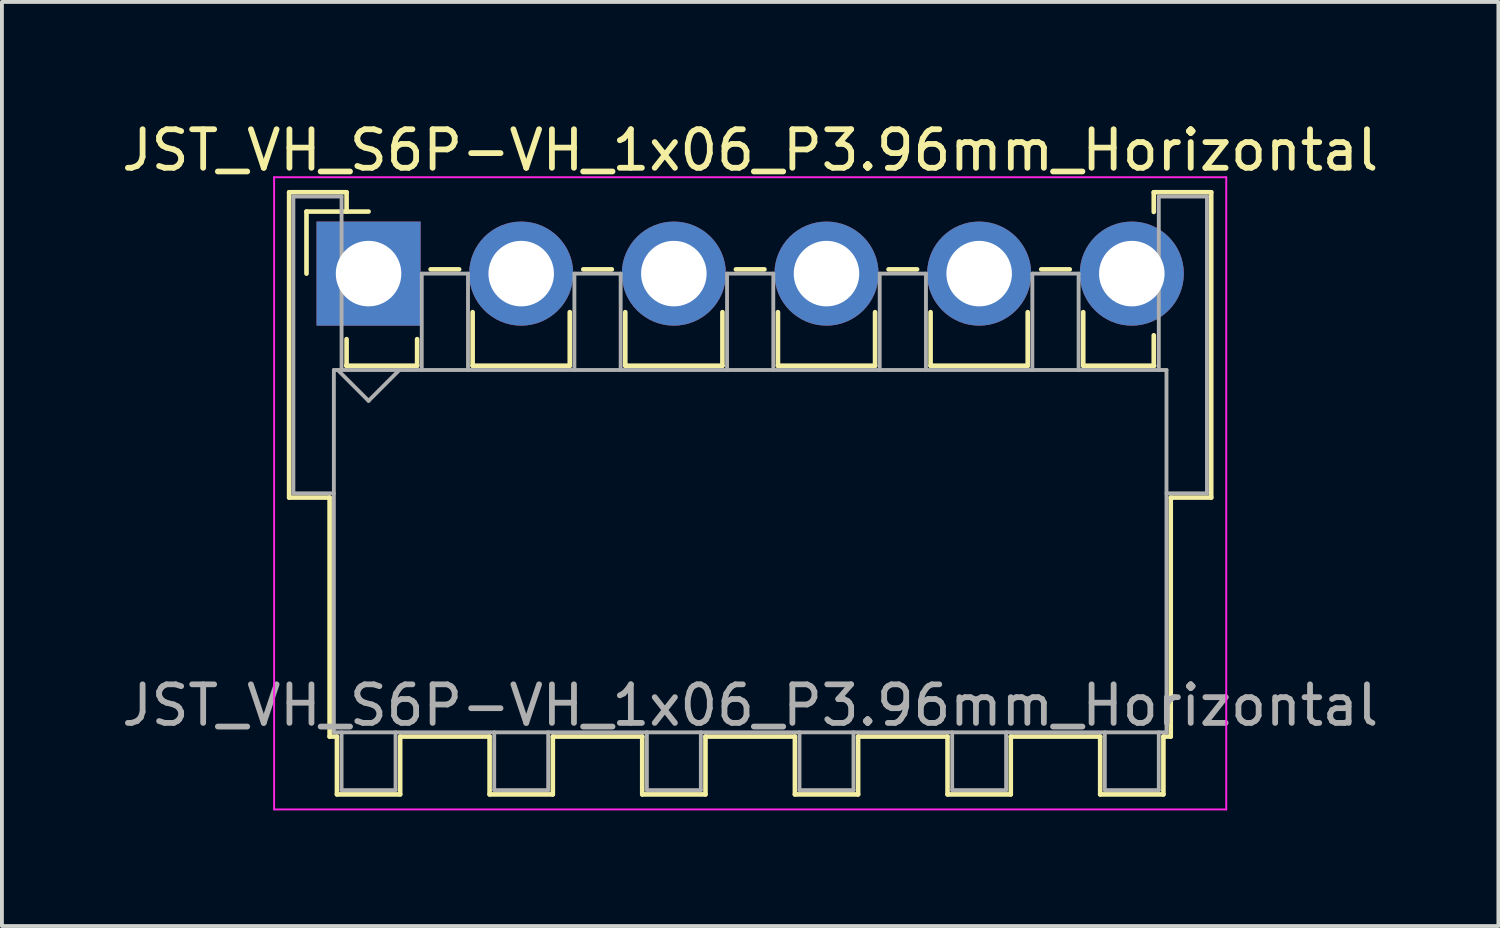
<source format=kicad_pcb>
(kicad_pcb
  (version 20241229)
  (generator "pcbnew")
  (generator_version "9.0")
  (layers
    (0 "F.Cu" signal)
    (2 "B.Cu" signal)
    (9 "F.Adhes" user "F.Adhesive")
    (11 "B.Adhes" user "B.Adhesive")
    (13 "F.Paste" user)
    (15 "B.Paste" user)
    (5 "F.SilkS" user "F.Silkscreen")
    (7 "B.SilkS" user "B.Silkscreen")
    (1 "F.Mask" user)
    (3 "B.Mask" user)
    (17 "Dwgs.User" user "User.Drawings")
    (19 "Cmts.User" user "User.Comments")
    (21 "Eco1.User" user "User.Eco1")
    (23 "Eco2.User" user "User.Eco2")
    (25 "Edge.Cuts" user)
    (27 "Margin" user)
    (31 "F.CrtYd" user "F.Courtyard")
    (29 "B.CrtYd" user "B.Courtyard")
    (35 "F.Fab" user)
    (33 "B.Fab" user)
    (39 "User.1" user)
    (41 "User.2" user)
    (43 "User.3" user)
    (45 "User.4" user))
  (footprint "JST_VH_S6P-VH_1x06_P3.96mm_Horizontal"
    (layer "F.Cu")
    (at 6.511 4.048)
    (property "Reference" "JST_VH_S6P-VH_1x06_P3.96mm_Horizontal" (at 9.9 -3.2 0) (layer "F.SilkS") (effects (font (size 1 1) (thickness 0.15))))
    (attr through_hole)
    (fp_line (start -2.06 -2.11) (end -0.57 -2.11) (stroke (width 0.12) (type solid)) (layer "F.SilkS"))
    (fp_line (start -2.06 5.81) (end -2.06 -2.11) (stroke (width 0.12) (type solid)) (layer "F.SilkS"))
    (fp_line (start -1.61 -1.61) (end -1.61 0) (stroke (width 0.12) (type solid)) (layer "F.SilkS"))
    (fp_line (start -1.01 5.81) (end -2.06 5.81) (stroke (width 0.12) (type solid)) (layer "F.SilkS"))
    (fp_line (start -1.01 5.81) (end -1.01 12.01) (stroke (width 0.12) (type solid)) (layer "F.SilkS"))
    (fp_line (start -1.01 12.01) (end -0.82 12.01) (stroke (width 0.12) (type solid)) (layer "F.SilkS"))
    (fp_line (start -0.82 12.01) (end -0.82 13.51) (stroke (width 0.12) (type solid)) (layer "F.SilkS"))
    (fp_line (start -0.82 13.51) (end 0.82 13.51) (stroke (width 0.12) (type solid)) (layer "F.SilkS"))
    (fp_line (start -0.58 2.39) (end 1.26 2.39) (stroke (width 0.12) (type solid)) (layer "F.SilkS"))
    (fp_line (start -0.57 -2.11) (end -0.57 -1.61) (stroke (width 0.12) (type solid)) (layer "F.SilkS"))
    (fp_line (start -0.57 1.7) (end -0.57 2.39) (stroke (width 0.12) (type solid)) (layer "F.SilkS"))
    (fp_line (start 0 -1.61) (end -1.61 -1.61) (stroke (width 0.12) (type solid)) (layer "F.SilkS"))
    (fp_line (start 0.82 12.01) (end 3.14 12.01) (stroke (width 0.12) (type solid)) (layer "F.SilkS"))
    (fp_line (start 0.82 13.51) (end 0.82 12.01) (stroke (width 0.12) (type solid)) (layer "F.SilkS"))
    (fp_line (start 1.26 2.39) (end 1.26 1.7) (stroke (width 0.12) (type solid)) (layer "F.SilkS"))
    (fp_line (start 1.61 -0.11) (end 2.35 -0.11) (stroke (width 0.12) (type solid)) (layer "F.SilkS"))
    (fp_line (start 2.7 1) (end 2.7 2.39) (stroke (width 0.12) (type solid)) (layer "F.SilkS"))
    (fp_line (start 2.7 2.39) (end 5.22 2.39) (stroke (width 0.12) (type solid)) (layer "F.SilkS"))
    (fp_line (start 3.14 12.01) (end 3.14 13.51) (stroke (width 0.12) (type solid)) (layer "F.SilkS"))
    (fp_line (start 3.14 13.51) (end 4.78 13.51) (stroke (width 0.12) (type solid)) (layer "F.SilkS"))
    (fp_line (start 4.78 12.01) (end 7.1 12.01) (stroke (width 0.12) (type solid)) (layer "F.SilkS"))
    (fp_line (start 4.78 13.51) (end 4.78 12.01) (stroke (width 0.12) (type solid)) (layer "F.SilkS"))
    (fp_line (start 5.22 2.39) (end 5.22 1) (stroke (width 0.12) (type solid)) (layer "F.SilkS"))
    (fp_line (start 5.57 -0.11) (end 6.31 -0.11) (stroke (width 0.12) (type solid)) (layer "F.SilkS"))
    (fp_line (start 6.66 1) (end 6.66 2.39) (stroke (width 0.12) (type solid)) (layer "F.SilkS"))
    (fp_line (start 6.66 2.39) (end 9.18 2.39) (stroke (width 0.12) (type solid)) (layer "F.SilkS"))
    (fp_line (start 7.1 12.01) (end 7.1 13.51) (stroke (width 0.12) (type solid)) (layer "F.SilkS"))
    (fp_line (start 7.1 13.51) (end 8.74 13.51) (stroke (width 0.12) (type solid)) (layer "F.SilkS"))
    (fp_line (start 8.74 12.01) (end 11.06 12.01) (stroke (width 0.12) (type solid)) (layer "F.SilkS"))
    (fp_line (start 8.74 13.51) (end 8.74 12.01) (stroke (width 0.12) (type solid)) (layer "F.SilkS"))
    (fp_line (start 9.18 2.39) (end 9.18 1) (stroke (width 0.12) (type solid)) (layer "F.SilkS"))
    (fp_line (start 9.53 -0.11) (end 10.27 -0.11) (stroke (width 0.12) (type solid)) (layer "F.SilkS"))
    (fp_line (start 10.62 1) (end 10.62 2.39) (stroke (width 0.12) (type solid)) (layer "F.SilkS"))
    (fp_line (start 10.62 2.39) (end 13.14 2.39) (stroke (width 0.12) (type solid)) (layer "F.SilkS"))
    (fp_line (start 11.06 12.01) (end 11.06 13.51) (stroke (width 0.12) (type solid)) (layer "F.SilkS"))
    (fp_line (start 11.06 13.51) (end 12.7 13.51) (stroke (width 0.12) (type solid)) (layer "F.SilkS"))
    (fp_line (start 12.7 12.01) (end 15.02 12.01) (stroke (width 0.12) (type solid)) (layer "F.SilkS"))
    (fp_line (start 12.7 13.51) (end 12.7 12.01) (stroke (width 0.12) (type solid)) (layer "F.SilkS"))
    (fp_line (start 13.14 2.39) (end 13.14 1) (stroke (width 0.12) (type solid)) (layer "F.SilkS"))
    (fp_line (start 13.49 -0.11) (end 14.23 -0.11) (stroke (width 0.12) (type solid)) (layer "F.SilkS"))
    (fp_line (start 14.58 1) (end 14.58 2.39) (stroke (width 0.12) (type solid)) (layer "F.SilkS"))
    (fp_line (start 14.58 2.39) (end 17.1 2.39) (stroke (width 0.12) (type solid)) (layer "F.SilkS"))
    (fp_line (start 15.02 12.01) (end 15.02 13.51) (stroke (width 0.12) (type solid)) (layer "F.SilkS"))
    (fp_line (start 15.02 13.51) (end 16.66 13.51) (stroke (width 0.12) (type solid)) (layer "F.SilkS"))
    (fp_line (start 16.66 12.01) (end 18.98 12.01) (stroke (width 0.12) (type solid)) (layer "F.SilkS"))
    (fp_line (start 16.66 13.51) (end 16.66 12.01) (stroke (width 0.12) (type solid)) (layer "F.SilkS"))
    (fp_line (start 17.1 2.39) (end 17.1 1) (stroke (width 0.12) (type solid)) (layer "F.SilkS"))
    (fp_line (start 17.45 -0.11) (end 18.19 -0.11) (stroke (width 0.12) (type solid)) (layer "F.SilkS"))
    (fp_line (start 18.54 1) (end 18.54 2.39) (stroke (width 0.12) (type solid)) (layer "F.SilkS"))
    (fp_line (start 18.54 2.39) (end 20.38 2.39) (stroke (width 0.12) (type solid)) (layer "F.SilkS"))
    (fp_line (start 18.98 12.01) (end 18.98 13.51) (stroke (width 0.12) (type solid)) (layer "F.SilkS"))
    (fp_line (start 18.98 13.51) (end 20.62 13.51) (stroke (width 0.12) (type solid)) (layer "F.SilkS"))
    (fp_line (start 20.37 -2.11) (end 21.86 -2.11) (stroke (width 0.12) (type solid)) (layer "F.SilkS"))
    (fp_line (start 20.37 -1.6) (end 20.37 -2.11) (stroke (width 0.12) (type solid)) (layer "F.SilkS"))
    (fp_line (start 20.37 2.39) (end 20.37 1.6) (stroke (width 0.12) (type solid)) (layer "F.SilkS"))
    (fp_line (start 20.62 12.01) (end 20.81 12.01) (stroke (width 0.12) (type solid)) (layer "F.SilkS"))
    (fp_line (start 20.62 13.51) (end 20.62 12.01) (stroke (width 0.12) (type solid)) (layer "F.SilkS"))
    (fp_line (start 20.81 12.01) (end 20.81 5.81) (stroke (width 0.12) (type solid)) (layer "F.SilkS"))
    (fp_line (start 21.86 -2.11) (end 21.86 5.81) (stroke (width 0.12) (type solid)) (layer "F.SilkS"))
    (fp_line (start 21.86 5.81) (end 20.81 5.81) (stroke (width 0.12) (type solid)) (layer "F.SilkS"))
    (fp_line (start -2.45 -2.5) (end -2.45 13.9) (stroke (width 0.05) (type solid)) (layer "F.CrtYd"))
    (fp_line (start -2.45 13.9) (end 22.25 13.9) (stroke (width 0.05) (type solid)) (layer "F.CrtYd"))
    (fp_line (start 22.25 -2.5) (end -2.45 -2.5) (stroke (width 0.05) (type solid)) (layer "F.CrtYd"))
    (fp_line (start 22.25 13.9) (end 22.25 -2.5) (stroke (width 0.05) (type solid)) (layer "F.CrtYd"))
    (fp_line (start -1.95 -2) (end -0.7 -2) (stroke (width 0.1) (type solid)) (layer "F.Fab"))
    (fp_line (start -1.95 5.7) (end -1.95 -2) (stroke (width 0.1) (type solid)) (layer "F.Fab"))
    (fp_line (start -0.9 2.5) (end -0.9 11.9) (stroke (width 0.1) (type solid)) (layer "F.Fab"))
    (fp_line (start -0.9 5.7) (end -1.95 5.7) (stroke (width 0.1) (type solid)) (layer "F.Fab"))
    (fp_line (start -0.9 11.9) (end 20.7 11.9) (stroke (width 0.1) (type solid)) (layer "F.Fab"))
    (fp_line (start -0.8 2.5) (end 0 3.3) (stroke (width 0.1) (type solid)) (layer "F.Fab"))
    (fp_line (start -0.7 -2) (end -0.7 2.5) (stroke (width 0.1) (type solid)) (layer "F.Fab"))
    (fp_line (start -0.7 11.9) (end -0.7 13.4) (stroke (width 0.1) (type solid)) (layer "F.Fab"))
    (fp_line (start -0.7 13.4) (end 0.7 13.4) (stroke (width 0.1) (type solid)) (layer "F.Fab"))
    (fp_line (start 0 3.3) (end 0.8 2.5) (stroke (width 0.1) (type solid)) (layer "F.Fab"))
    (fp_line (start 0.7 13.4) (end 0.7 11.9) (stroke (width 0.1) (type solid)) (layer "F.Fab"))
    (fp_line (start 1.38 0) (end 2.58 0) (stroke (width 0.1) (type solid)) (layer "F.Fab"))
    (fp_line (start 1.38 2.5) (end 1.38 0) (stroke (width 0.1) (type solid)) (layer "F.Fab"))
    (fp_line (start 2.58 0) (end 2.58 2.5) (stroke (width 0.1) (type solid)) (layer "F.Fab"))
    (fp_line (start 3.26 11.9) (end 3.26 13.4) (stroke (width 0.1) (type solid)) (layer "F.Fab"))
    (fp_line (start 3.26 13.4) (end 4.66 13.4) (stroke (width 0.1) (type solid)) (layer "F.Fab"))
    (fp_line (start 4.66 13.4) (end 4.66 11.9) (stroke (width 0.1) (type solid)) (layer "F.Fab"))
    (fp_line (start 5.34 0) (end 6.54 0) (stroke (width 0.1) (type solid)) (layer "F.Fab"))
    (fp_line (start 5.34 2.5) (end 5.34 0) (stroke (width 0.1) (type solid)) (layer "F.Fab"))
    (fp_line (start 6.54 0) (end 6.54 2.5) (stroke (width 0.1) (type solid)) (layer "F.Fab"))
    (fp_line (start 7.22 11.9) (end 7.22 13.4) (stroke (width 0.1) (type solid)) (layer "F.Fab"))
    (fp_line (start 7.22 13.4) (end 8.62 13.4) (stroke (width 0.1) (type solid)) (layer "F.Fab"))
    (fp_line (start 8.62 13.4) (end 8.62 11.9) (stroke (width 0.1) (type solid)) (layer "F.Fab"))
    (fp_line (start 9.3 0) (end 10.5 0) (stroke (width 0.1) (type solid)) (layer "F.Fab"))
    (fp_line (start 9.3 2.5) (end 9.3 0) (stroke (width 0.1) (type solid)) (layer "F.Fab"))
    (fp_line (start 10.5 0) (end 10.5 2.5) (stroke (width 0.1) (type solid)) (layer "F.Fab"))
    (fp_line (start 11.18 11.9) (end 11.18 13.4) (stroke (width 0.1) (type solid)) (layer "F.Fab"))
    (fp_line (start 11.18 13.4) (end 12.58 13.4) (stroke (width 0.1) (type solid)) (layer "F.Fab"))
    (fp_line (start 12.58 13.4) (end 12.58 11.9) (stroke (width 0.1) (type solid)) (layer "F.Fab"))
    (fp_line (start 13.26 0) (end 14.46 0) (stroke (width 0.1) (type solid)) (layer "F.Fab"))
    (fp_line (start 13.26 2.5) (end 13.26 0) (stroke (width 0.1) (type solid)) (layer "F.Fab"))
    (fp_line (start 14.46 0) (end 14.46 2.5) (stroke (width 0.1) (type solid)) (layer "F.Fab"))
    (fp_line (start 15.14 11.9) (end 15.14 13.4) (stroke (width 0.1) (type solid)) (layer "F.Fab"))
    (fp_line (start 15.14 13.4) (end 16.54 13.4) (stroke (width 0.1) (type solid)) (layer "F.Fab"))
    (fp_line (start 16.54 13.4) (end 16.54 11.9) (stroke (width 0.1) (type solid)) (layer "F.Fab"))
    (fp_line (start 17.22 0) (end 18.42 0) (stroke (width 0.1) (type solid)) (layer "F.Fab"))
    (fp_line (start 17.22 2.5) (end 17.22 0) (stroke (width 0.1) (type solid)) (layer "F.Fab"))
    (fp_line (start 18.42 0) (end 18.42 2.5) (stroke (width 0.1) (type solid)) (layer "F.Fab"))
    (fp_line (start 19.1 11.9) (end 19.1 13.4) (stroke (width 0.1) (type solid)) (layer "F.Fab"))
    (fp_line (start 19.1 13.4) (end 20.5 13.4) (stroke (width 0.1) (type solid)) (layer "F.Fab"))
    (fp_line (start 20.5 -2) (end 21.75 -2) (stroke (width 0.1) (type solid)) (layer "F.Fab"))
    (fp_line (start 20.5 2.5) (end 20.5 -2) (stroke (width 0.1) (type solid)) (layer "F.Fab"))
    (fp_line (start 20.5 13.4) (end 20.5 11.9) (stroke (width 0.1) (type solid)) (layer "F.Fab"))
    (fp_line (start 20.7 2.5) (end -0.9 2.5) (stroke (width 0.1) (type solid)) (layer "F.Fab"))
    (fp_line (start 20.7 11.9) (end 20.7 2.5) (stroke (width 0.1) (type solid)) (layer "F.Fab"))
    (fp_line (start 21.75 -2) (end 21.75 5.7) (stroke (width 0.1) (type solid)) (layer "F.Fab"))
    (fp_line (start 21.75 5.7) (end 20.7 5.7) (stroke (width 0.1) (type solid)) (layer "F.Fab"))
    (fp_text user "${REFERENCE}" (at 9.9 11.2 0) (layer "F.Fab") (effects (font (size 1 1) (thickness 0.15))))
    (pad "1" thru_hole rect (at 0 0) (size 2.7 2.7) (drill 1.7) (layers "*.Cu" "*.Mask"))
    (pad "2" thru_hole circle (at 3.96 0) (size 2.7 2.7) (drill 1.7) (layers "*.Cu" "*.Mask"))
    (pad "3" thru_hole circle (at 7.92 0) (size 2.7 2.7) (drill 1.7) (layers "*.Cu" "*.Mask"))
    (pad "4" thru_hole circle (at 11.88 0) (size 2.7 2.7) (drill 1.7) (layers "*.Cu" "*.Mask"))
    (pad "5" thru_hole circle (at 15.84 0) (size 2.7 2.7) (drill 1.7) (layers "*.Cu" "*.Mask"))
    (pad "6" thru_hole circle (at 19.8 0) (size 2.7 2.7) (drill 1.7) (layers "*.Cu" "*.Mask")))
  (gr_rect
    (start -3 -3)
    (end 35.821 20.973)
    (stroke (width 0.1) (type default))
    (fill no)
    (layer "Edge.Cuts")))
</source>
